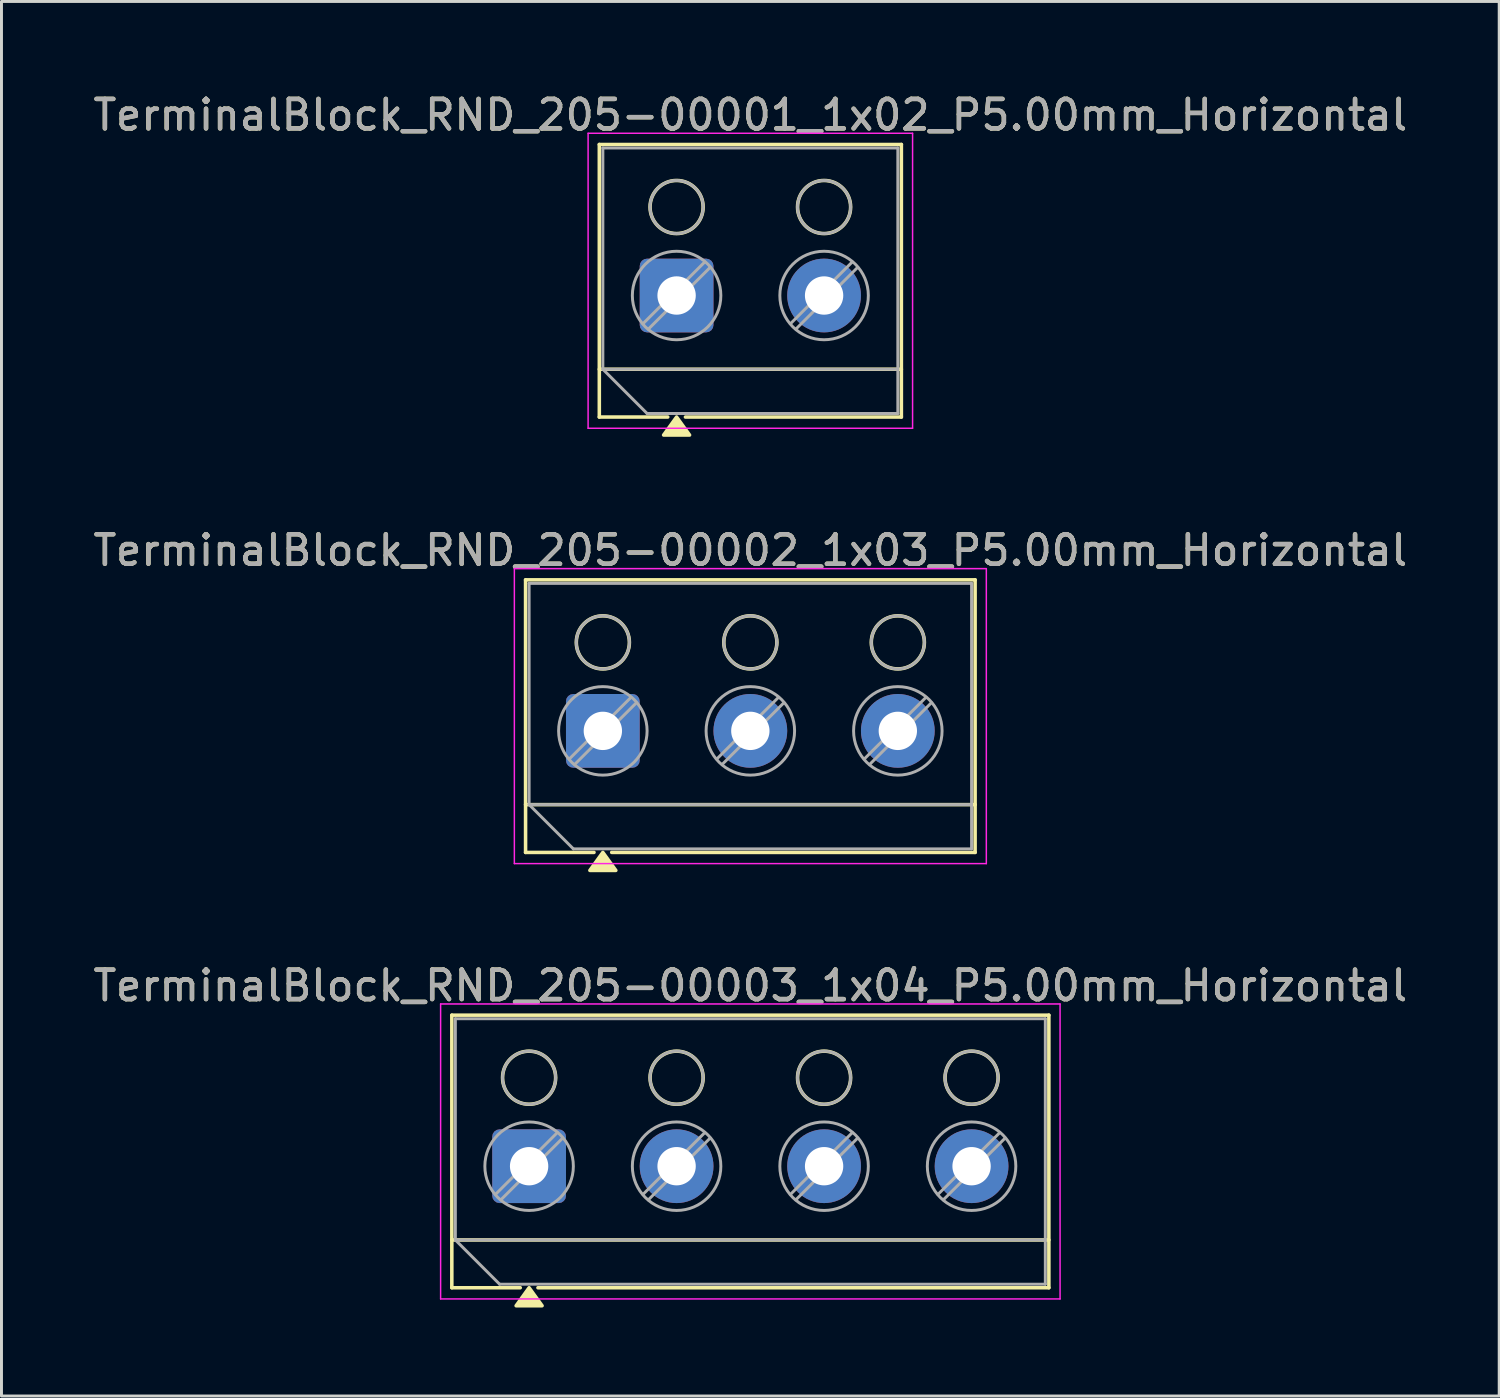
<source format=kicad_pcb>
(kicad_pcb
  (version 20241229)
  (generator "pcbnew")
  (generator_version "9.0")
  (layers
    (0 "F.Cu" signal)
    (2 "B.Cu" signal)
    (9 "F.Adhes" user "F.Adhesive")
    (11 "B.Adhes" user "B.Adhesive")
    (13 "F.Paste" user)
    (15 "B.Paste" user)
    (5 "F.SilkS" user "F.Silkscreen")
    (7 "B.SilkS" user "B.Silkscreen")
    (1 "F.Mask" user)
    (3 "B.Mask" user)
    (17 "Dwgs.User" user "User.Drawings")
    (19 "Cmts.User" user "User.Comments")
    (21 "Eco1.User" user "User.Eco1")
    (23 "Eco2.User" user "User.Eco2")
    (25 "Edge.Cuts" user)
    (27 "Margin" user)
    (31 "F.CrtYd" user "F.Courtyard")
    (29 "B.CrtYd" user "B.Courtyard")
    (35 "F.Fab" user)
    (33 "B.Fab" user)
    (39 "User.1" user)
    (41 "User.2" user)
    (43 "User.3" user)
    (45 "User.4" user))
  (footprint "TerminalBlock_RND_205-00003_1x04_P5.00mm_Horizontal"
    (layer "F.Cu")
    (at 14.887 36.485)
    (property "Reference" "TerminalBlock_RND_205-00003_1x04_P5.00mm_Horizontal" (at 7.5 -6.12 0) (layer "F.SilkS") (effects (font (size 1 1) (thickness 0.15))))
    (attr through_hole)
    (fp_line (start -2.62 -5.12) (end -2.62 4.12) (stroke (width 0.12) (type solid)) (layer "F.SilkS"))
    (fp_line (start -2.62 -5.12) (end 17.62 -5.12) (stroke (width 0.12) (type solid)) (layer "F.SilkS"))
    (fp_line (start -2.62 2.5) (end 17.62 2.5) (stroke (width 0.12) (type solid)) (layer "F.SilkS"))
    (fp_line (start -2.62 4.12) (end -0.3 4.12) (stroke (width 0.12) (type solid)) (layer "F.SilkS"))
    (fp_line (start 0.3 4.12) (end 17.62 4.12) (stroke (width 0.12) (type solid)) (layer "F.SilkS"))
    (fp_line (start 17.62 -5.12) (end 17.62 4.12) (stroke (width 0.12) (type solid)) (layer "F.SilkS"))
    (fp_circle (center 0 -3) (end 0.9 -3) (stroke (width 0.12) (type solid)) (fill no) (layer "F.SilkS"))
    (fp_circle (center 5 -3) (end 5.9 -3) (stroke (width 0.12) (type solid)) (fill no) (layer "F.SilkS"))
    (fp_circle (center 10 -3) (end 10.9 -3) (stroke (width 0.12) (type solid)) (fill no) (layer "F.SilkS"))
    (fp_circle (center 15 -3) (end 15.9 -3) (stroke (width 0.12) (type solid)) (fill no) (layer "F.SilkS"))
    (fp_poly (pts (xy 0 4.12) (xy 0.44 4.73) (xy -0.44 4.73)) (stroke (width 0.12) (type solid)) (fill yes) (layer "F.SilkS"))
    (fp_line (start -3 -5.5) (end -3 4.5) (stroke (width 0.05) (type solid)) (layer "F.CrtYd"))
    (fp_line (start -3 4.5) (end 18 4.5) (stroke (width 0.05) (type solid)) (layer "F.CrtYd"))
    (fp_line (start 18 -5.5) (end -3 -5.5) (stroke (width 0.05) (type solid)) (layer "F.CrtYd"))
    (fp_line (start 18 4.5) (end 18 -5.5) (stroke (width 0.05) (type solid)) (layer "F.CrtYd"))
    (fp_line (start -2.5 -5) (end 17.5 -5) (stroke (width 0.1) (type solid)) (layer "F.Fab"))
    (fp_line (start -2.5 2.5) (end -2.5 -5) (stroke (width 0.1) (type solid)) (layer "F.Fab"))
    (fp_line (start -2.5 2.5) (end 17.5 2.5) (stroke (width 0.1) (type solid)) (layer "F.Fab"))
    (fp_line (start -1 4) (end -2.5 2.5) (stroke (width 0.1) (type solid)) (layer "F.Fab"))
    (fp_line (start 0.955 -1.138) (end -1.138 0.954) (stroke (width 0.1) (type solid)) (layer "F.Fab"))
    (fp_line (start 1.138 -0.954) (end -0.955 1.137) (stroke (width 0.1) (type solid)) (layer "F.Fab"))
    (fp_line (start 5.955 -1.138) (end 3.862 0.954) (stroke (width 0.1) (type solid)) (layer "F.Fab"))
    (fp_line (start 6.138 -0.954) (end 4.045 1.137) (stroke (width 0.1) (type solid)) (layer "F.Fab"))
    (fp_line (start 10.955 -1.138) (end 8.862 0.954) (stroke (width 0.1) (type solid)) (layer "F.Fab"))
    (fp_line (start 11.138 -0.954) (end 9.045 1.137) (stroke (width 0.1) (type solid)) (layer "F.Fab"))
    (fp_line (start 15.955 -1.138) (end 13.862 0.954) (stroke (width 0.1) (type solid)) (layer "F.Fab"))
    (fp_line (start 16.138 -0.954) (end 14.045 1.137) (stroke (width 0.1) (type solid)) (layer "F.Fab"))
    (fp_line (start 17.5 -5) (end 17.5 4) (stroke (width 0.1) (type solid)) (layer "F.Fab"))
    (fp_line (start 17.5 4) (end -1 4) (stroke (width 0.1) (type solid)) (layer "F.Fab"))
    (fp_circle (center 0 -3) (end 0.9 -3) (stroke (width 0.1) (type solid)) (fill no) (layer "F.Fab"))
    (fp_circle (center 0 0) (end 1.5 0) (stroke (width 0.1) (type solid)) (fill no) (layer "F.Fab"))
    (fp_circle (center 5 -3) (end 5.9 -3) (stroke (width 0.1) (type solid)) (fill no) (layer "F.Fab"))
    (fp_circle (center 5 0) (end 6.5 0) (stroke (width 0.1) (type solid)) (fill no) (layer "F.Fab"))
    (fp_circle (center 10 -3) (end 10.9 -3) (stroke (width 0.1) (type solid)) (fill no) (layer "F.Fab"))
    (fp_circle (center 10 0) (end 11.5 0) (stroke (width 0.1) (type solid)) (fill no) (layer "F.Fab"))
    (fp_circle (center 15 -3) (end 15.9 -3) (stroke (width 0.1) (type solid)) (fill no) (layer "F.Fab"))
    (fp_circle (center 15 0) (end 16.5 0) (stroke (width 0.1) (type solid)) (fill no) (layer "F.Fab"))
    (fp_text user "${REFERENCE}" (at 7.5 -6.12 0) (layer "F.Fab") (effects (font (size 1 1) (thickness 0.15))))
    (pad "1" thru_hole roundrect (at 0 0) (size 2.5 2.5) (drill 1.3) (layers "*.Cu" "*.Mask") (roundrect_rratio 0.1))
    (pad "2" thru_hole circle (at 5 0) (size 2.5 2.5) (drill 1.3) (layers "*.Cu" "*.Mask"))
    (pad "3" thru_hole circle (at 10 0) (size 2.5 2.5) (drill 1.3) (layers "*.Cu" "*.Mask"))
    (pad "4" thru_hole circle (at 15 0) (size 2.5 2.5) (drill 1.3) (layers "*.Cu" "*.Mask")))
  (footprint "TerminalBlock_RND_205-00001_1x02_P5.00mm_Horizontal"
    (layer "F.Cu")
    (at 19.887 6.968)
    (property "Reference" "TerminalBlock_RND_205-00001_1x02_P5.00mm_Horizontal" (at 2.5 -6.12 0) (layer "F.SilkS") (effects (font (size 1 1) (thickness 0.15))))
    (attr through_hole)
    (fp_line (start -2.62 -5.12) (end -2.62 4.12) (stroke (width 0.12) (type solid)) (layer "F.SilkS"))
    (fp_line (start -2.62 -5.12) (end 7.62 -5.12) (stroke (width 0.12) (type solid)) (layer "F.SilkS"))
    (fp_line (start -2.62 2.5) (end 7.62 2.5) (stroke (width 0.12) (type solid)) (layer "F.SilkS"))
    (fp_line (start -2.62 4.12) (end -0.3 4.12) (stroke (width 0.12) (type solid)) (layer "F.SilkS"))
    (fp_line (start 0.3 4.12) (end 7.62 4.12) (stroke (width 0.12) (type solid)) (layer "F.SilkS"))
    (fp_line (start 7.62 -5.12) (end 7.62 4.12) (stroke (width 0.12) (type solid)) (layer "F.SilkS"))
    (fp_circle (center 0 -3) (end 0.9 -3) (stroke (width 0.12) (type solid)) (fill no) (layer "F.SilkS"))
    (fp_circle (center 5 -3) (end 5.9 -3) (stroke (width 0.12) (type solid)) (fill no) (layer "F.SilkS"))
    (fp_poly (pts (xy 0 4.12) (xy 0.44 4.73) (xy -0.44 4.73)) (stroke (width 0.12) (type solid)) (fill yes) (layer "F.SilkS"))
    (fp_line (start -3 -5.5) (end -3 4.5) (stroke (width 0.05) (type solid)) (layer "F.CrtYd"))
    (fp_line (start -3 4.5) (end 8 4.5) (stroke (width 0.05) (type solid)) (layer "F.CrtYd"))
    (fp_line (start 8 -5.5) (end -3 -5.5) (stroke (width 0.05) (type solid)) (layer "F.CrtYd"))
    (fp_line (start 8 4.5) (end 8 -5.5) (stroke (width 0.05) (type solid)) (layer "F.CrtYd"))
    (fp_line (start -2.5 -5) (end 7.5 -5) (stroke (width 0.1) (type solid)) (layer "F.Fab"))
    (fp_line (start -2.5 2.5) (end -2.5 -5) (stroke (width 0.1) (type solid)) (layer "F.Fab"))
    (fp_line (start -2.5 2.5) (end 7.5 2.5) (stroke (width 0.1) (type solid)) (layer "F.Fab"))
    (fp_line (start -1 4) (end -2.5 2.5) (stroke (width 0.1) (type solid)) (layer "F.Fab"))
    (fp_line (start 0.955 -1.138) (end -1.138 0.954) (stroke (width 0.1) (type solid)) (layer "F.Fab"))
    (fp_line (start 1.138 -0.954) (end -0.955 1.137) (stroke (width 0.1) (type solid)) (layer "F.Fab"))
    (fp_line (start 5.955 -1.138) (end 3.862 0.954) (stroke (width 0.1) (type solid)) (layer "F.Fab"))
    (fp_line (start 6.138 -0.954) (end 4.045 1.137) (stroke (width 0.1) (type solid)) (layer "F.Fab"))
    (fp_line (start 7.5 -5) (end 7.5 4) (stroke (width 0.1) (type solid)) (layer "F.Fab"))
    (fp_line (start 7.5 4) (end -1 4) (stroke (width 0.1) (type solid)) (layer "F.Fab"))
    (fp_circle (center 0 -3) (end 0.9 -3) (stroke (width 0.1) (type solid)) (fill no) (layer "F.Fab"))
    (fp_circle (center 0 0) (end 1.5 0) (stroke (width 0.1) (type solid)) (fill no) (layer "F.Fab"))
    (fp_circle (center 5 -3) (end 5.9 -3) (stroke (width 0.1) (type solid)) (fill no) (layer "F.Fab"))
    (fp_circle (center 5 0) (end 6.5 0) (stroke (width 0.1) (type solid)) (fill no) (layer "F.Fab"))
    (fp_text user "${REFERENCE}" (at 2.5 -6.12 0) (layer "F.Fab") (effects (font (size 1 1) (thickness 0.15))))
    (pad "1" thru_hole roundrect (at 0 0) (size 2.5 2.5) (drill 1.3) (layers "*.Cu" "*.Mask") (roundrect_rratio 0.1))
    (pad "2" thru_hole circle (at 5 0) (size 2.5 2.5) (drill 1.3) (layers "*.Cu" "*.Mask")))
  (footprint "TerminalBlock_RND_205-00002_1x03_P5.00mm_Horizontal"
    (layer "F.Cu")
    (at 17.387 21.727)
    (property "Reference" "TerminalBlock_RND_205-00002_1x03_P5.00mm_Horizontal" (at 5 -6.12 0) (layer "F.SilkS") (effects (font (size 1 1) (thickness 0.15))))
    (attr through_hole)
    (fp_line (start -2.62 -5.12) (end -2.62 4.12) (stroke (width 0.12) (type solid)) (layer "F.SilkS"))
    (fp_line (start -2.62 -5.12) (end 12.62 -5.12) (stroke (width 0.12) (type solid)) (layer "F.SilkS"))
    (fp_line (start -2.62 2.5) (end 12.62 2.5) (stroke (width 0.12) (type solid)) (layer "F.SilkS"))
    (fp_line (start -2.62 4.12) (end -0.3 4.12) (stroke (width 0.12) (type solid)) (layer "F.SilkS"))
    (fp_line (start 0.3 4.12) (end 12.62 4.12) (stroke (width 0.12) (type solid)) (layer "F.SilkS"))
    (fp_line (start 12.62 -5.12) (end 12.62 4.12) (stroke (width 0.12) (type solid)) (layer "F.SilkS"))
    (fp_circle (center 0 -3) (end 0.9 -3) (stroke (width 0.12) (type solid)) (fill no) (layer "F.SilkS"))
    (fp_circle (center 5 -3) (end 5.9 -3) (stroke (width 0.12) (type solid)) (fill no) (layer "F.SilkS"))
    (fp_circle (center 10 -3) (end 10.9 -3) (stroke (width 0.12) (type solid)) (fill no) (layer "F.SilkS"))
    (fp_poly (pts (xy 0 4.12) (xy 0.44 4.73) (xy -0.44 4.73)) (stroke (width 0.12) (type solid)) (fill yes) (layer "F.SilkS"))
    (fp_line (start -3 -5.5) (end -3 4.5) (stroke (width 0.05) (type solid)) (layer "F.CrtYd"))
    (fp_line (start -3 4.5) (end 13 4.5) (stroke (width 0.05) (type solid)) (layer "F.CrtYd"))
    (fp_line (start 13 -5.5) (end -3 -5.5) (stroke (width 0.05) (type solid)) (layer "F.CrtYd"))
    (fp_line (start 13 4.5) (end 13 -5.5) (stroke (width 0.05) (type solid)) (layer "F.CrtYd"))
    (fp_line (start -2.5 -5) (end 12.5 -5) (stroke (width 0.1) (type solid)) (layer "F.Fab"))
    (fp_line (start -2.5 2.5) (end -2.5 -5) (stroke (width 0.1) (type solid)) (layer "F.Fab"))
    (fp_line (start -2.5 2.5) (end 12.5 2.5) (stroke (width 0.1) (type solid)) (layer "F.Fab"))
    (fp_line (start -1 4) (end -2.5 2.5) (stroke (width 0.1) (type solid)) (layer "F.Fab"))
    (fp_line (start 0.955 -1.138) (end -1.138 0.954) (stroke (width 0.1) (type solid)) (layer "F.Fab"))
    (fp_line (start 1.138 -0.954) (end -0.955 1.137) (stroke (width 0.1) (type solid)) (layer "F.Fab"))
    (fp_line (start 5.955 -1.138) (end 3.862 0.954) (stroke (width 0.1) (type solid)) (layer "F.Fab"))
    (fp_line (start 6.138 -0.954) (end 4.045 1.137) (stroke (width 0.1) (type solid)) (layer "F.Fab"))
    (fp_line (start 10.955 -1.138) (end 8.862 0.954) (stroke (width 0.1) (type solid)) (layer "F.Fab"))
    (fp_line (start 11.138 -0.954) (end 9.045 1.137) (stroke (width 0.1) (type solid)) (layer "F.Fab"))
    (fp_line (start 12.5 -5) (end 12.5 4) (stroke (width 0.1) (type solid)) (layer "F.Fab"))
    (fp_line (start 12.5 4) (end -1 4) (stroke (width 0.1) (type solid)) (layer "F.Fab"))
    (fp_circle (center 0 -3) (end 0.9 -3) (stroke (width 0.1) (type solid)) (fill no) (layer "F.Fab"))
    (fp_circle (center 0 0) (end 1.5 0) (stroke (width 0.1) (type solid)) (fill no) (layer "F.Fab"))
    (fp_circle (center 5 -3) (end 5.9 -3) (stroke (width 0.1) (type solid)) (fill no) (layer "F.Fab"))
    (fp_circle (center 5 0) (end 6.5 0) (stroke (width 0.1) (type solid)) (fill no) (layer "F.Fab"))
    (fp_circle (center 10 -3) (end 10.9 -3) (stroke (width 0.1) (type solid)) (fill no) (layer "F.Fab"))
    (fp_circle (center 10 0) (end 11.5 0) (stroke (width 0.1) (type solid)) (fill no) (layer "F.Fab"))
    (fp_text user "${REFERENCE}" (at 5 -6.12 0) (layer "F.Fab") (effects (font (size 1 1) (thickness 0.15))))
    (pad "1" thru_hole roundrect (at 0 0) (size 2.5 2.5) (drill 1.3) (layers "*.Cu" "*.Mask") (roundrect_rratio 0.1))
    (pad "2" thru_hole circle (at 5 0) (size 2.5 2.5) (drill 1.3) (layers "*.Cu" "*.Mask"))
    (pad "3" thru_hole circle (at 10 0) (size 2.5 2.5) (drill 1.3) (layers "*.Cu" "*.Mask")))
  (gr_rect
    (start -3 -3)
    (end 47.774 44.275)
    (stroke (width 0.1) (type default))
    (fill no)
    (layer "Edge.Cuts")))
</source>
